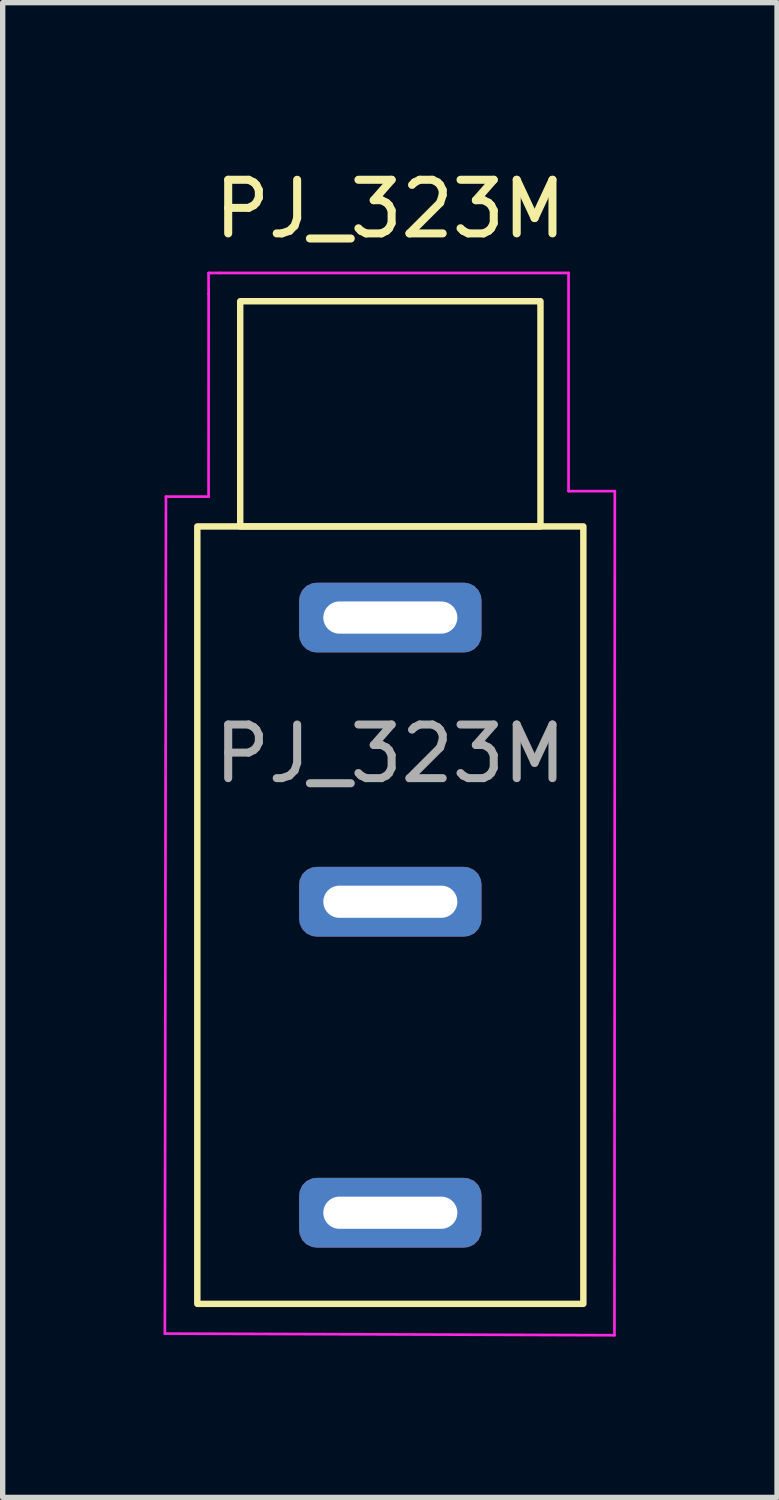
<source format=kicad_pcb>
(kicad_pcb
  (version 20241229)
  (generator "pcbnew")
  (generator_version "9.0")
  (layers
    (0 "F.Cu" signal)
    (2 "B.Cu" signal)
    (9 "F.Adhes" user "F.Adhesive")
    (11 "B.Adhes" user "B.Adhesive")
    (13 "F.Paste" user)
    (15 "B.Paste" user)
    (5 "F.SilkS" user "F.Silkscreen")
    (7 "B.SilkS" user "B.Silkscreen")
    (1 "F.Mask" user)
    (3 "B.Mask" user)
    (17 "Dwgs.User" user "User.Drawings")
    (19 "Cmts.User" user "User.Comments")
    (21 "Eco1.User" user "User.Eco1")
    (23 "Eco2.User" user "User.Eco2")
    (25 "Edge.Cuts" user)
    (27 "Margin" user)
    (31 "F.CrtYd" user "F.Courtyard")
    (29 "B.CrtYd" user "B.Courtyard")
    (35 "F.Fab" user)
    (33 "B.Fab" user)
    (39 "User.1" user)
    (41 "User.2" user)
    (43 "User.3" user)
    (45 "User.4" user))
  (footprint "PJ_323M"
    (layer "F.Cu")
    (at 4.23 8.468)
    (property "Reference" "PJ_323M" (at 0 -7.62 0) (unlocked yes) (layer "F.SilkS") (effects (font (size 1 1) (thickness 0.15))))
    (attr through_hole)
    (fp_rect (start -3.6 -1.7) (end 3.6 12.8) (stroke (width 0.12) (type solid)) (fill no) (layer "F.SilkS"))
    (fp_rect (start -2.8 -1.7) (end 2.8 -5.9) (stroke (width 0.12) (type solid)) (fill no) (layer "F.SilkS"))
    (fp_line (start -4.205 13.354) (end -4.185 -2.256) (stroke (width 0.05) (type solid)) (layer "F.CrtYd"))
    (fp_line (start -4.185 -2.256) (end -3.39 -2.256) (stroke (width 0.05) (type solid)) (layer "F.CrtYd"))
    (fp_line (start -3.39 -2.256) (end -3.389 -6.034) (stroke (width 0.05) (type solid)) (layer "F.CrtYd"))
    (fp_line (start -3.39 -6.427) (end -3.184 -6.427) (stroke (width 0.05) (type solid)) (layer "F.CrtYd"))
    (fp_line (start -3.389 -6.034) (end -3.39 -6.427) (stroke (width 0.05) (type solid)) (layer "F.CrtYd"))
    (fp_line (start -3.184 -6.427) (end 3.324 -6.427) (stroke (width 0.05) (type solid)) (layer "F.CrtYd"))
    (fp_line (start 3.324 -6.427) (end 3.324 -2.358) (stroke (width 0.05) (type solid)) (layer "F.CrtYd"))
    (fp_line (start 3.324 -2.358) (end 4.187 -2.358) (stroke (width 0.05) (type solid)) (layer "F.CrtYd"))
    (fp_line (start 4.18 13.385) (end -4.205 13.354) (stroke (width 0.05) (type solid)) (layer "F.CrtYd"))
    (fp_line (start 4.187 -2.358) (end 4.18 13.385) (stroke (width 0.05) (type solid)) (layer "F.CrtYd"))
    (fp_text user "${REFERENCE}" (at 0 2.54 0) (unlocked yes) (layer "F.Fab") (effects (font (size 1 1) (thickness 0.15))))
    (pad "1" thru_hole roundrect (at 0 0) (size 3.4 1.3) (drill oval 2.5 0.6) (layers "*.Cu" "*.Mask") (roundrect_rratio 0.25))
    (pad "2" thru_hole roundrect (at 0 11.1) (size 3.4 1.3) (drill oval 2.5 0.6) (layers "*.Cu" "*.Mask") (roundrect_rratio 0.25))
    (pad "3" thru_hole roundrect (at 0 5.3) (size 3.4 1.3) (drill oval 2.5 0.6) (layers "*.Cu" "*.Mask") (roundrect_rratio 0.25)))
  (gr_rect
    (start -3 -3)
    (end 11.442 24.878)
    (stroke (width 0.1) (type default))
    (fill no)
    (layer "Edge.Cuts")))
</source>
